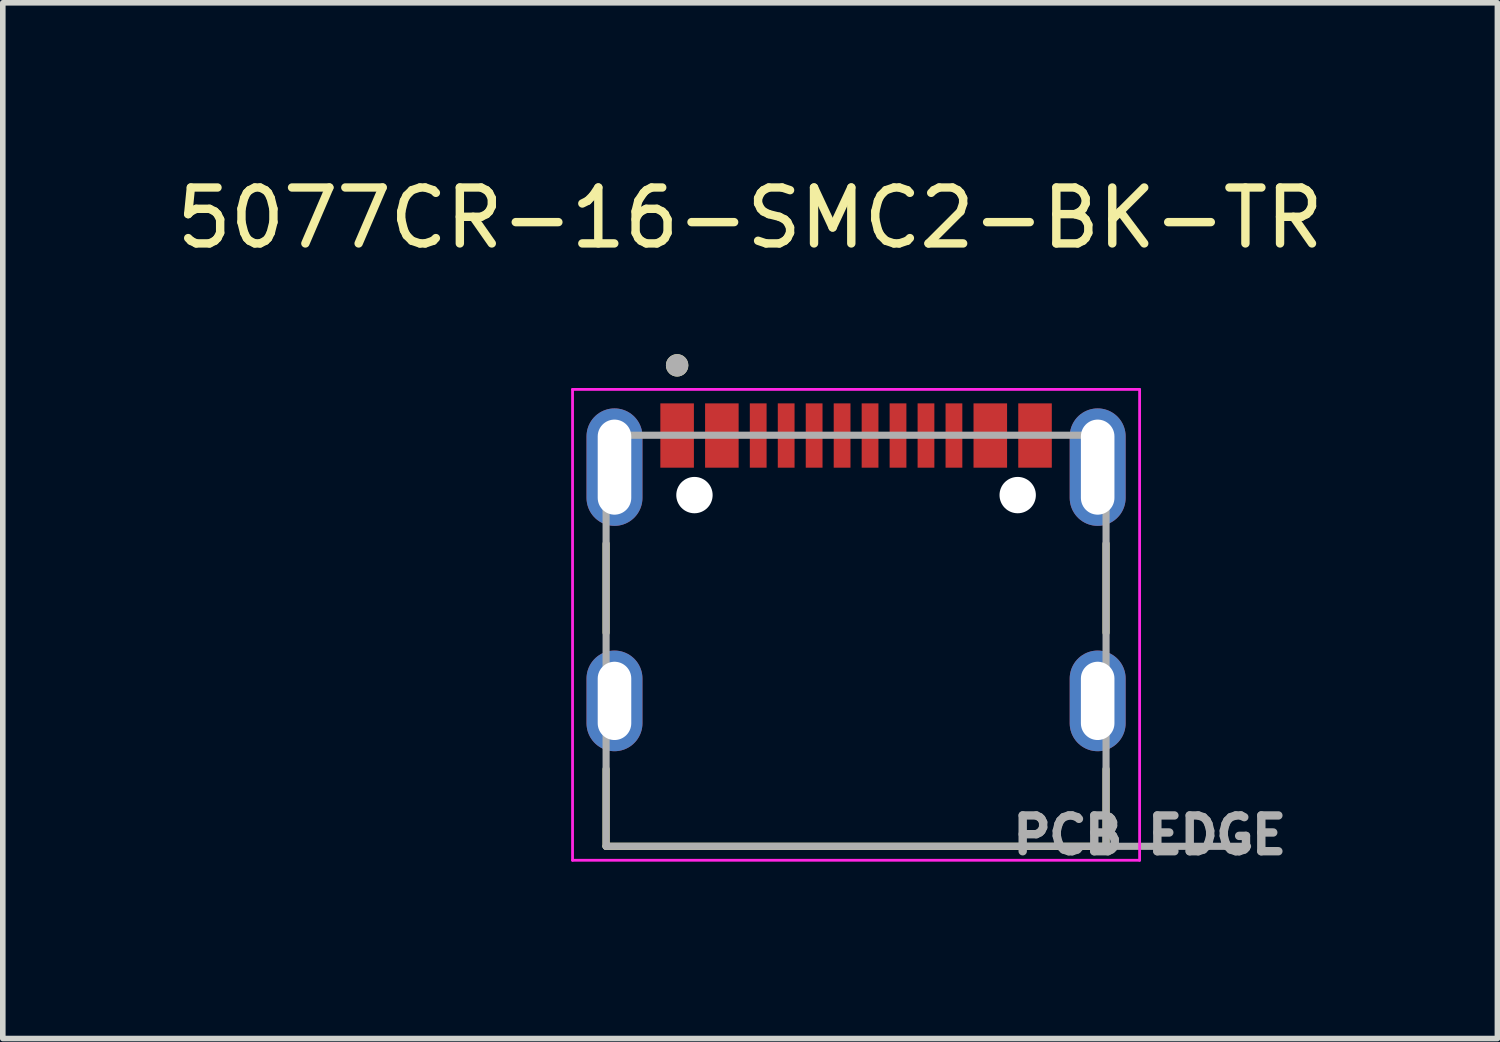
<source format=kicad_pcb>
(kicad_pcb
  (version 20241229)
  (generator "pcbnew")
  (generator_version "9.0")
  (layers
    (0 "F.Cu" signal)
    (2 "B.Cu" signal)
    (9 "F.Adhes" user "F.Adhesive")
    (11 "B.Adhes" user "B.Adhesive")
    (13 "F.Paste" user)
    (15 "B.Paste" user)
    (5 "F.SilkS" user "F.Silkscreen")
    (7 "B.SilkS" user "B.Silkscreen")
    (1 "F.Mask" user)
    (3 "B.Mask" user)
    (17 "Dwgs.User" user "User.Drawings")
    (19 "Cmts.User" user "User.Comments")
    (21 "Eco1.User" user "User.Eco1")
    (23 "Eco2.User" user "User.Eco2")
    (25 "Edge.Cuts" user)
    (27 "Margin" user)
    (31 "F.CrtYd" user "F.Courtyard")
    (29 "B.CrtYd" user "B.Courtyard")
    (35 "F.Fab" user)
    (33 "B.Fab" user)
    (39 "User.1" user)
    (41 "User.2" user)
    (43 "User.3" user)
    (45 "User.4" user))
  (footprint "5077CR-16-SMC2-BK-TR"
    (layer "F.Cu")
    (at 12.258 5.803)
    (property "Reference" "5077CR-16-SMC2-BK-TR" (at -1.895 -4.955 0) (layer "F.SilkS") (effects (font (size 1 1) (thickness 0.15))))
    (attr smd)
    (fp_line (start -4.47 2.46) (end -4.47 0.87) (stroke (width 0.127) (type solid)) (layer "F.SilkS"))
    (fp_line (start -4.47 6.28) (end -4.47 4.9) (stroke (width 0.127) (type solid)) (layer "F.SilkS"))
    (fp_line (start 4.47 2.46) (end 4.47 0.87) (stroke (width 0.127) (type solid)) (layer "F.SilkS"))
    (fp_line (start 4.47 6.28) (end -4.47 6.28) (stroke (width 0.127) (type solid)) (layer "F.SilkS"))
    (fp_line (start 4.47 6.28) (end 4.47 4.9) (stroke (width 0.127) (type solid)) (layer "F.SilkS"))
    (fp_circle (center -3.2 -2.32) (end -3.1 -2.32) (stroke (width 0.2) (type solid)) (fill no) (layer "F.SilkS"))
    (fp_line (start -5.07 -1.89) (end 5.07 -1.89) (stroke (width 0.05) (type solid)) (layer "F.CrtYd"))
    (fp_line (start -5.07 6.53) (end -5.07 -1.89) (stroke (width 0.05) (type solid)) (layer "F.CrtYd"))
    (fp_line (start 5.07 -1.89) (end 5.07 6.53) (stroke (width 0.05) (type solid)) (layer "F.CrtYd"))
    (fp_line (start 5.07 6.53) (end -5.07 6.53) (stroke (width 0.05) (type solid)) (layer "F.CrtYd"))
    (fp_line (start -4.47 -1.07) (end 4.47 -1.07) (stroke (width 0.127) (type solid)) (layer "F.Fab"))
    (fp_line (start -4.47 6.28) (end -4.47 -1.07) (stroke (width 0.127) (type solid)) (layer "F.Fab"))
    (fp_line (start -4.47 6.28) (end 4.47 6.28) (stroke (width 0.127) (type solid)) (layer "F.Fab"))
    (fp_line (start 4.47 -1.07) (end 4.47 6.28) (stroke (width 0.127) (type solid)) (layer "F.Fab"))
    (fp_line (start 4.47 6.28) (end 7 6.28) (stroke (width 0.127) (type solid)) (layer "F.Fab"))
    (fp_circle (center -3.2 -2.32) (end -3.1 -2.32) (stroke (width 0.2) (type solid)) (fill no) (layer "F.Fab"))
    (fp_text user "PCB EDGE" (at 5.25 6.08 0) (layer "F.Fab") (effects (font (size 0.64 0.64) (thickness 0.15))))
    (pad "" np_thru_hole circle (at -2.89 0) (size 0.65 0.65) (drill 0.65) (layers "*.Cu" "*.Mask"))
    (pad "" np_thru_hole circle (at 2.89 0) (size 0.65 0.65) (drill 0.65) (layers "*.Cu" "*.Mask"))
    (pad "A1_B12" smd rect (at -3.2 -1.065) (size 0.6 1.15) (layers "F.Cu" "F.Mask" "F.Paste"))
    (pad "A4_B9" smd rect (at -2.4 -1.065) (size 0.6 1.15) (layers "F.Cu" "F.Mask" "F.Paste"))
    (pad "A5" smd rect (at -1.25 -1.065) (size 0.3 1.15) (layers "F.Cu" "F.Mask" "F.Paste"))
    (pad "A6" smd rect (at -0.25 -1.065) (size 0.3 1.15) (layers "F.Cu" "F.Mask" "F.Paste"))
    (pad "A7" smd rect (at 0.25 -1.065) (size 0.3 1.15) (layers "F.Cu" "F.Mask" "F.Paste"))
    (pad "A8" smd rect (at 1.25 -1.065) (size 0.3 1.15) (layers "F.Cu" "F.Mask" "F.Paste"))
    (pad "B1_A12" smd rect (at 3.2 -1.065) (size 0.6 1.15) (layers "F.Cu" "F.Mask" "F.Paste"))
    (pad "B4_A9" smd rect (at 2.4 -1.065) (size 0.6 1.15) (layers "F.Cu" "F.Mask" "F.Paste"))
    (pad "B5" smd rect (at 1.75 -1.065) (size 0.3 1.15) (layers "F.Cu" "F.Mask" "F.Paste"))
    (pad "B6" smd rect (at 0.75 -1.065) (size 0.3 1.15) (layers "F.Cu" "F.Mask" "F.Paste"))
    (pad "B7" smd rect (at -0.75 -1.065) (size 0.3 1.15) (layers "F.Cu" "F.Mask" "F.Paste"))
    (pad "B8" smd rect (at -1.75 -1.065) (size 0.3 1.15) (layers "F.Cu" "F.Mask" "F.Paste"))
    (pad "S1" thru_hole oval (at -4.32 3.68) (size 1 1.8) (drill oval 0.6 1.4) (layers "*.Cu" "*.Mask"))
    (pad "S2" thru_hole oval (at 4.32 3.68) (size 1 1.8) (drill oval 0.6 1.4) (layers "*.Cu" "*.Mask"))
    (pad "S3" thru_hole oval (at -4.32 -0.5) (size 1 2.1) (drill oval 0.6 1.7) (layers "*.Cu" "*.Mask"))
    (pad "S4" thru_hole oval (at 4.32 -0.5) (size 1 2.1) (drill oval 0.6 1.7) (layers "*.Cu" "*.Mask")))
  (gr_rect
    (start -3 -3)
    (end 23.726 15.521)
    (stroke (width 0.1) (type default))
    (fill no)
    (layer "Edge.Cuts")))
</source>
